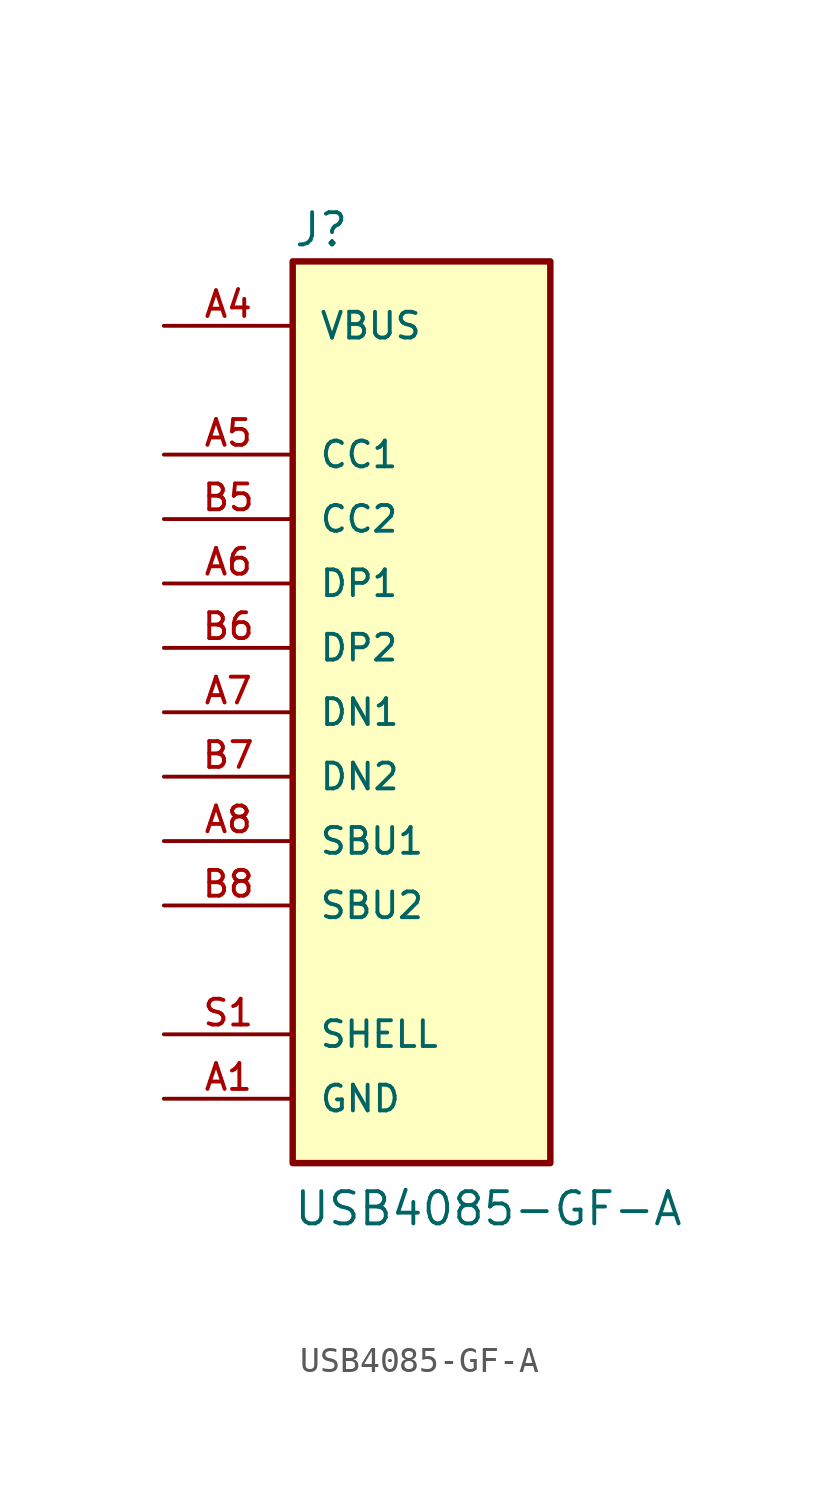
<source format=kicad_sym>
(kicad_symbol_lib
  (version 20220914)
  (generator kicad_symbol_editor)
  (symbol "USB4085-GF-A"
    (pin_names
      (offset 1.016))
    (property "Reference" "J"
      (at -5.08 18.288 0)
      (effects (font (size 1.27 1.27)) (justify left bottom)))
    (property "Value" "USB4085-GF-A"
      (at -5.08 -20.32 0)
      (effects (font (size 1.27 1.27)) (justify left bottom)))
    (symbol "USB4085-GF-A_0_0"
      (rectangle (start -5.08 17.78) (end 5.08 -17.78) (stroke (width 0.254) (type default)) (fill (type background)))
      (pin power_in line (at -10.16 -15.24 0) (length 5.08) (name "GND" (effects (font (size 1.016 1.016)))) (number "A1" (effects (font (size 1.016 1.016)))))
      (pin bidirectional line (at -10.16 10.16 0) (length 5.08) (name "CC1" (effects (font (size 1.016 1.016)))) (number "A5" (effects (font (size 1.016 1.016)))))
      (pin bidirectional line (at -10.16 5.08 0) (length 5.08) (name "DP1" (effects (font (size 1.016 1.016)))) (number "A6" (effects (font (size 1.016 1.016)))))
      (pin bidirectional line (at -10.16 0 0) (length 5.08) (name "DN1" (effects (font (size 1.016 1.016)))) (number "A7" (effects (font (size 1.016 1.016)))))
      (pin bidirectional line (at -10.16 -5.08 0) (length 5.08) (name "SBU1" (effects (font (size 1.016 1.016)))) (number "A8" (effects (font (size 1.016 1.016)))))
      (pin bidirectional line (at -10.16 7.62 0) (length 5.08) (name "CC2" (effects (font (size 1.016 1.016)))) (number "B5" (effects (font (size 1.016 1.016)))))
      (pin bidirectional line (at -10.16 2.54 0) (length 5.08) (name "DP2" (effects (font (size 1.016 1.016)))) (number "B6" (effects (font (size 1.016 1.016)))))
      (pin bidirectional line (at -10.16 -2.54 0) (length 5.08) (name "DN2" (effects (font (size 1.016 1.016)))) (number "B7" (effects (font (size 1.016 1.016)))))
      (pin bidirectional line (at -10.16 -7.62 0) (length 5.08) (name "SBU2" (effects (font (size 1.016 1.016)))) (number "B8" (effects (font (size 1.016 1.016)))))
      (pin passive line (at -10.16 -12.7 0) (length 5.08) (name "SHELL" (effects (font (size 1.016 1.016)))) (number "S1" (effects (font (size 1.016 1.016))))))
    (symbol "USB4085-GF-A_1_0"
      (pin power_in line (at -10.16 -15.24 0) (length 5.08) hide (name "GND" (effects (font (size 1.016 1.016)))) (number "A12" (effects (font (size 1.016 1.016)))))
      (pin bidirectional line (at -10.16 15.24 0) (length 5.08) (name "VBUS" (effects (font (size 1.016 1.016)))) (number "A4" (effects (font (size 1.016 1.016)))))
      (pin bidirectional line (at -10.16 15.24 0) (length 5.08) hide (name "VBUS" (effects (font (size 1.016 1.016)))) (number "A9" (effects (font (size 1.016 1.016)))))
      (pin power_in line (at -10.16 -15.24 0) (length 5.08) hide (name "GND" (effects (font (size 1.016 1.016)))) (number "B1" (effects (font (size 1.016 1.016)))))
      (pin power_in line (at -10.16 -15.24 0) (length 5.08) hide (name "GND" (effects (font (size 1.016 1.016)))) (number "B12" (effects (font (size 1.016 1.016)))))
      (pin bidirectional line (at -10.16 15.24 0) (length 5.08) hide (name "VBUS" (effects (font (size 1.016 1.016)))) (number "B4" (effects (font (size 1.016 1.016)))))
      (pin bidirectional line (at -10.16 15.24 0) (length 5.08) hide (name "VBUS" (effects (font (size 1.016 1.016)))) (number "B9" (effects (font (size 1.016 1.016)))))
      (pin passive line (at -10.16 -12.7 0) (length 5.08) hide (name "SHELL" (effects (font (size 1.016 1.016)))) (number "S2" (effects (font (size 1.016 1.016)))))
      (pin passive line (at -10.16 -12.7 0) (length 5.08) hide (name "SHELL" (effects (font (size 1.016 1.016)))) (number "S3" (effects (font (size 1.016 1.016)))))
      (pin passive line (at -10.16 -12.7 0) (length 5.08) hide (name "SHELL" (effects (font (size 1.016 1.016)))) (number "S4" (effects (font (size 1.016 1.016))))))))
</source>
